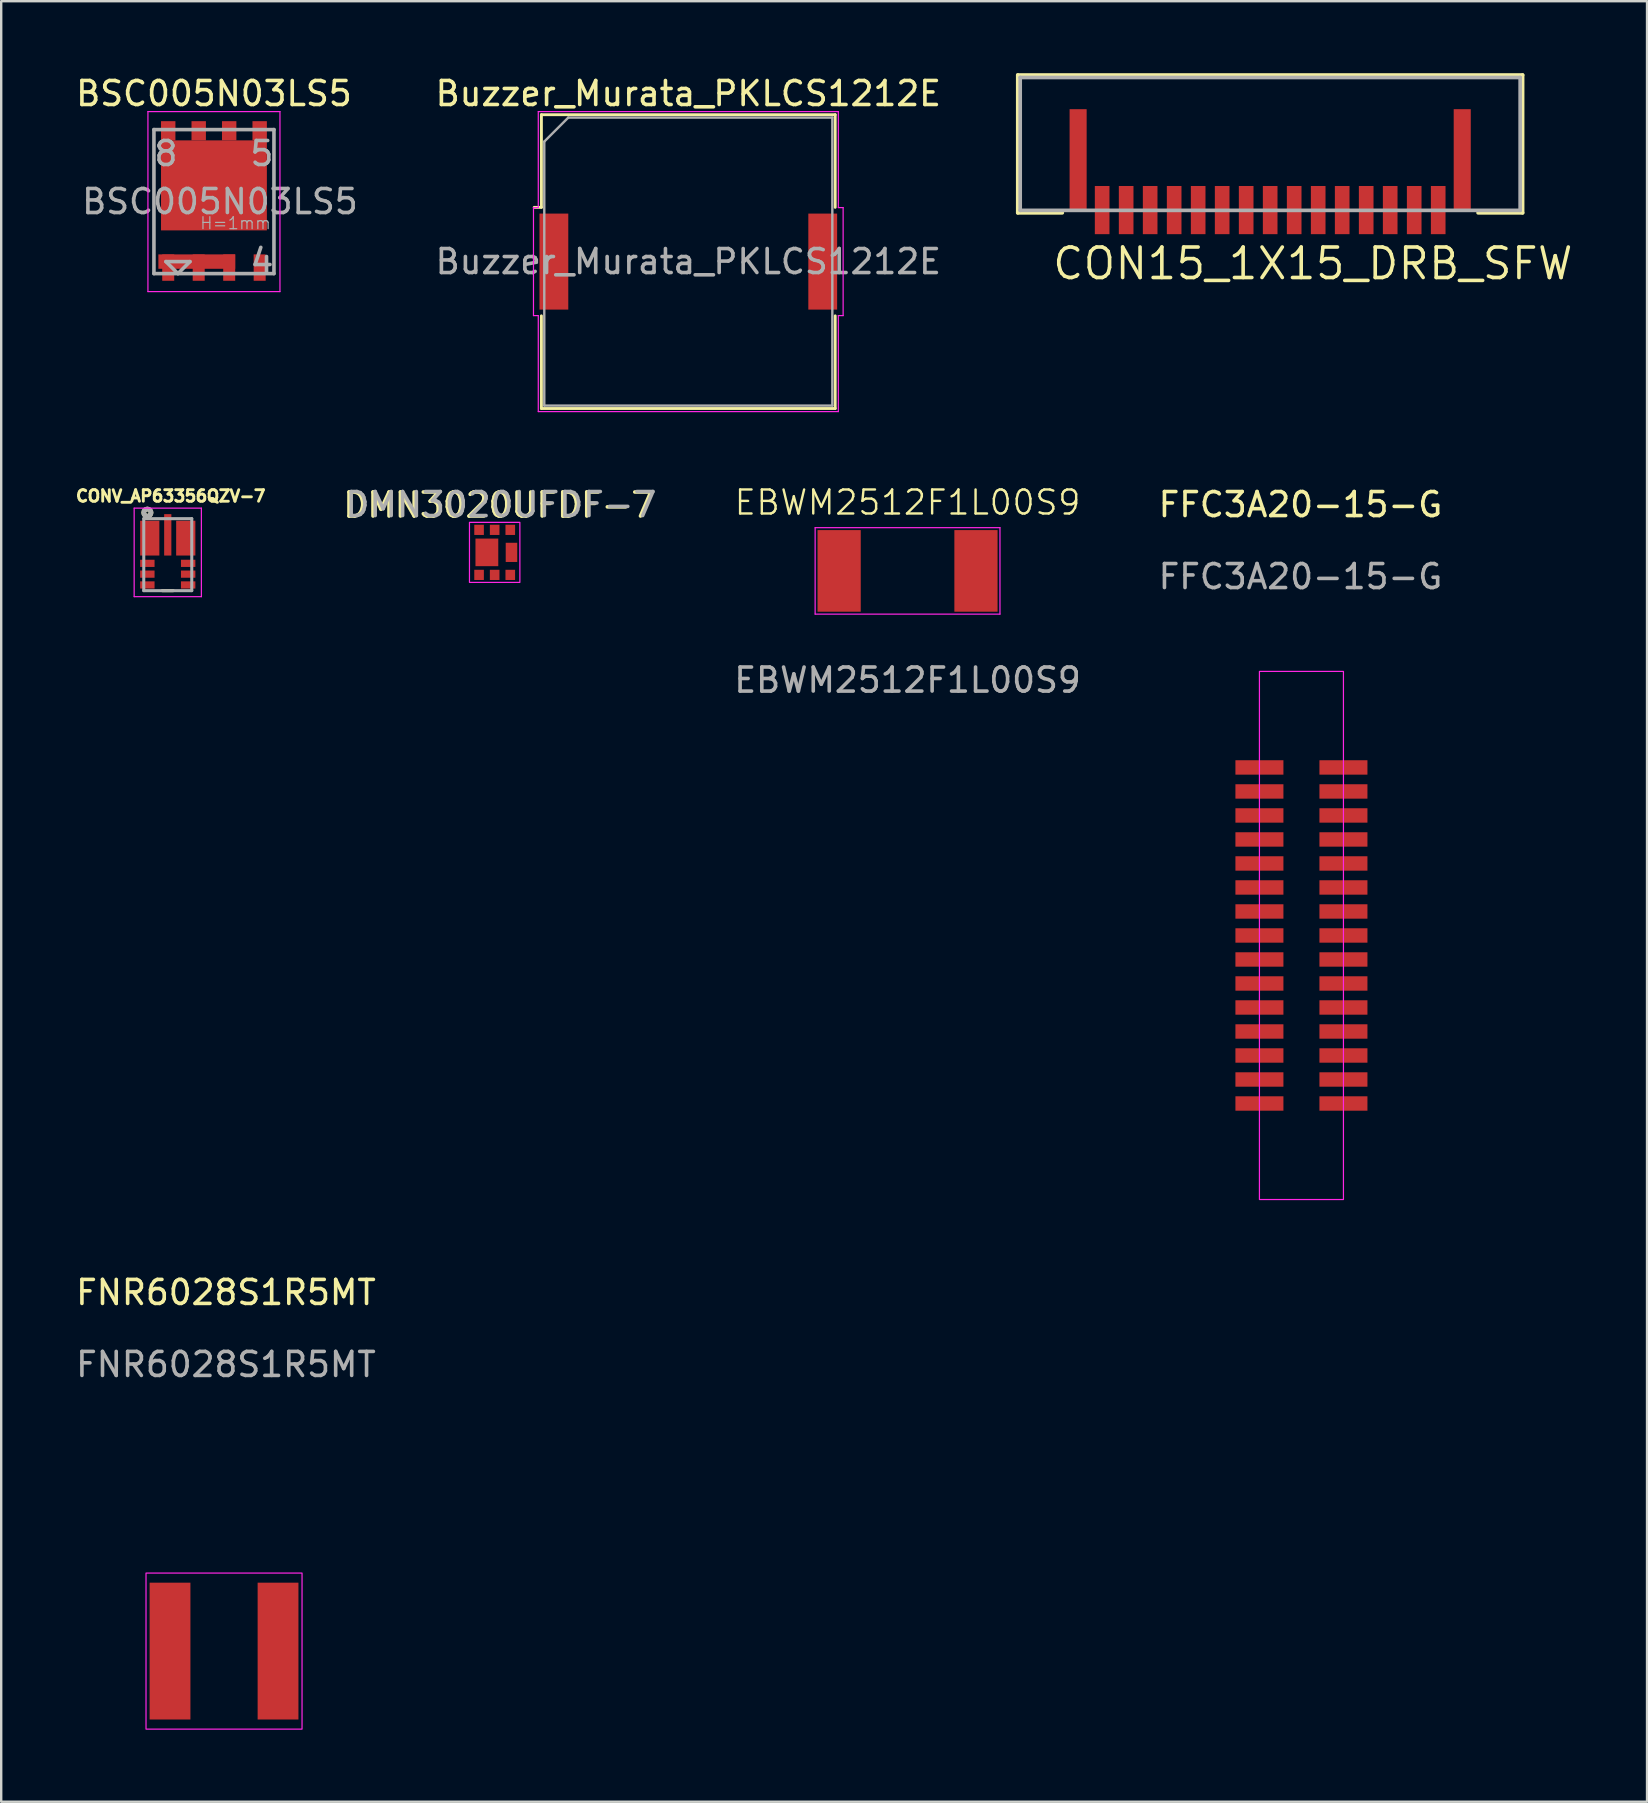
<source format=kicad_pcb>
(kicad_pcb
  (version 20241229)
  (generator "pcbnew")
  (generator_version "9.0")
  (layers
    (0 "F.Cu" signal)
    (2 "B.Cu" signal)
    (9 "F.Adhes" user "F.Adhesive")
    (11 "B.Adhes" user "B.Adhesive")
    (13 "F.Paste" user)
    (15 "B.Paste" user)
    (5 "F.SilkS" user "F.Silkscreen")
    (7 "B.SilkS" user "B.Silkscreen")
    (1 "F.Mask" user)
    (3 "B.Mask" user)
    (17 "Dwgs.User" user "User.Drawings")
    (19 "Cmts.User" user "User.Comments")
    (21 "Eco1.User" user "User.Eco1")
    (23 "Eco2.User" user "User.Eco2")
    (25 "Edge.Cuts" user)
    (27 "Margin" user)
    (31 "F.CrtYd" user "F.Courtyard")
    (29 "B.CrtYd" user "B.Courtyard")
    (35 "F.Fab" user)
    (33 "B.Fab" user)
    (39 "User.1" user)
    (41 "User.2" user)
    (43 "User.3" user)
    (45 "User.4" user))
  (footprint "DMN3020UFDF-7"
    (layer "F.Cu")
    (at 17.558 19.962)
    (property "Reference" "DMN3020UFDF-7" (at 0.17 -1.97 0) (unlocked yes) (layer "F.SilkS") (effects (font (size 1 1) (thickness 0.15))))
    (attr smd)
    (fp_rect (start -1.05 -1.25) (end 1.05 1.25) (stroke (width 0.05) (type default)) (fill no) (layer "F.CrtYd"))
    (fp_text user "${REFERENCE}" (at 0.26 -1.99 0) (unlocked yes) (layer "F.Fab") (effects (font (size 1 1) (thickness 0.15))))
    (pad "" smd rect (at -0.562 -0.287) (size 0.375 0.475) (layers "F.Paste"))
    (pad "" smd rect (at -0.562 0.287) (size 0.375 0.475) (layers "F.Paste"))
    (pad "" smd rect (at -0.087 -0.287) (size 0.375 0.475) (layers "F.Paste"))
    (pad "" smd rect (at -0.087 0.287) (size 0.375 0.475) (layers "F.Paste"))
    (pad "1" smd rect (at -0.65 -0.938) (size 0.4 0.425) (layers "F.Cu" "F.Mask" "F.Paste"))
    (pad "1" smd rect (at -0.65 0.938) (size 0.4 0.425) (layers "F.Cu" "F.Mask" "F.Paste"))
    (pad "1" smd rect (at -0.325 0) (size 0.95 1.15) (layers "F.Cu" "F.Mask"))
    (pad "1" smd rect (at 0 -0.938) (size 0.4 0.425) (layers "F.Cu" "F.Mask" "F.Paste"))
    (pad "1" smd rect (at 0 0.938) (size 0.4 0.425) (layers "F.Cu" "F.Mask" "F.Paste"))
    (pad "2" smd rect (at 0.65 0.938) (size 0.4 0.425) (layers "F.Cu" "F.Mask" "F.Paste"))
    (pad "3" smd rect (at 0.65 -0.938) (size 0.4 0.425) (layers "F.Cu" "F.Mask" "F.Paste"))
    (pad "3" smd rect (at 0.7 0) (size 0.48 0.8) (layers "F.Cu" "F.Mask" "F.Paste")))
  (footprint "CON15_1X15_DRB_SFW"
    (layer "F.Cu")
    (at 49.866 8.458)
    (property "Reference" "CON15_1X15_DRB_SFW" (at 12.7 -1.27 0) (layer "F.SilkS") (effects (font (size 1.27 1.27) (thickness 0.15)) (justify right top)))
    (attr through_hole)
    (fp_line (start -10.516 -8.382) (end -10.516 -2.642) (stroke (width 0.152) (type solid)) (layer "F.SilkS"))
    (fp_line (start -10.516 -2.642) (end -8.661 -2.642) (stroke (width 0.152) (type solid)) (layer "F.SilkS"))
    (fp_line (start 8.661 -2.642) (end 10.516 -2.642) (stroke (width 0.152) (type solid)) (layer "F.SilkS"))
    (fp_line (start 10.516 -8.382) (end -10.516 -8.382) (stroke (width 0.152) (type solid)) (layer "F.SilkS"))
    (fp_line (start 10.516 -2.642) (end 10.516 -8.382) (stroke (width 0.152) (type solid)) (layer "F.SilkS"))
    (fp_line (start -10.414 -8.28) (end -10.414 -2.743) (stroke (width 0.152) (type solid)) (layer "F.Fab"))
    (fp_line (start -10.414 -2.743) (end 10.414 -2.743) (stroke (width 0.152) (type solid)) (layer "F.Fab"))
    (fp_line (start 10.414 -8.28) (end -10.414 -8.28) (stroke (width 0.152) (type solid)) (layer "F.Fab"))
    (fp_line (start 10.414 -2.743) (end 10.414 -8.28) (stroke (width 0.152) (type solid)) (layer "F.Fab"))
    (pad "1" smd rect (at -7 -2.756 270) (size 2.007 0.61) (layers "F.Cu" "F.Mask" "F.Paste"))
    (pad "2" smd rect (at -6 -2.756 270) (size 2.007 0.61) (layers "F.Cu" "F.Mask" "F.Paste"))
    (pad "3" smd rect (at -5 -2.756 270) (size 2.007 0.61) (layers "F.Cu" "F.Mask" "F.Paste"))
    (pad "4" smd rect (at -4 -2.756 270) (size 2.007 0.61) (layers "F.Cu" "F.Mask" "F.Paste"))
    (pad "5" smd rect (at -3 -2.756 270) (size 2.007 0.61) (layers "F.Cu" "F.Mask" "F.Paste"))
    (pad "6" smd rect (at -2 -2.756 270) (size 2.007 0.61) (layers "F.Cu" "F.Mask" "F.Paste"))
    (pad "7" smd rect (at -1 -2.756 270) (size 2.007 0.61) (layers "F.Cu" "F.Mask" "F.Paste"))
    (pad "8" smd rect (at 0 -2.756 270) (size 2.007 0.61) (layers "F.Cu" "F.Mask" "F.Paste"))
    (pad "9" smd rect (at 1 -2.756 270) (size 2.007 0.61) (layers "F.Cu" "F.Mask" "F.Paste"))
    (pad "10" smd rect (at 2 -2.756 270) (size 2.007 0.61) (layers "F.Cu" "F.Mask" "F.Paste"))
    (pad "11" smd rect (at 3 -2.756 270) (size 2.007 0.61) (layers "F.Cu" "F.Mask" "F.Paste"))
    (pad "12" smd rect (at 4 -2.756 270) (size 2.007 0.61) (layers "F.Cu" "F.Mask" "F.Paste"))
    (pad "13" smd rect (at 5 -2.756 270) (size 2.007 0.61) (layers "F.Cu" "F.Mask" "F.Paste"))
    (pad "14" smd rect (at 6 -2.756 270) (size 2.007 0.61) (layers "F.Cu" "F.Mask" "F.Paste"))
    (pad "15" smd rect (at 7 -2.756 270) (size 2.007 0.61) (layers "F.Cu" "F.Mask" "F.Paste"))
    (pad "16" smd rect (at -8.001 -4.864) (size 0.711 4.191) (layers "F.Cu" "F.Mask" "F.Paste"))
    (pad "17" smd rect (at 8.001 -4.864) (size 0.711 4.191) (layers "F.Cu" "F.Mask" "F.Paste")))
  (footprint "FNR6028S1R5MT"
    (layer "F.Cu")
    (at 6.283 65.735)
    (property "Reference" "FNR6028S1R5MT" (at 0.08 -14.94 0) (unlocked yes) (layer "F.SilkS") (effects (font (size 1 1) (thickness 0.15))))
    (attr smd)
    (fp_rect (start -3.25 -3.25) (end 3.25 3.25) (stroke (width 0.05) (type default)) (fill no) (layer "F.CrtYd"))
    (fp_text user "${REFERENCE}" (at 0.08 -11.94 0) (unlocked yes) (layer "F.Fab") (effects (font (size 1 1) (thickness 0.15))))
    (pad "1" smd rect (at -2.25 0) (size 1.7 5.7) (layers "F.Cu" "F.Mask" "F.Paste"))
    (pad "2" smd rect (at 2.25 0) (size 1.7 5.7) (layers "F.Cu" "F.Mask" "F.Paste")))
  (footprint "EBWM2512F1L00S9"
    (layer "F.Cu")
    (at 34.759 20.734)
    (property "Reference" "EBWM2512F1L00S9" (at 0 -2.85 0) (unlocked yes) (layer "F.SilkS") (effects (font (size 1 1) (thickness 0.1))))
    (attr smd)
    (fp_line (start -3.85 -1.8) (end -3.85 1.8) (stroke (width 0.05) (type default)) (layer "F.CrtYd"))
    (fp_line (start -3.85 1.8) (end 3.85 1.8) (stroke (width 0.05) (type default)) (layer "F.CrtYd"))
    (fp_line (start 3.85 -1.8) (end -3.85 -1.8) (stroke (width 0.05) (type default)) (layer "F.CrtYd"))
    (fp_line (start 3.85 -1.8) (end 3.85 1.8) (stroke (width 0.05) (type default)) (layer "F.CrtYd"))
    (fp_text user "${REFERENCE}" (at 0 4.55 0) (unlocked yes) (layer "F.Fab") (effects (font (size 1 1) (thickness 0.15))))
    (pad "1" smd rect (at -2.85 0) (size 1.8 3.4) (layers "F.Cu" "F.Mask" "F.Paste"))
    (pad "2" smd rect (at 2.85 0) (size 1.8 3.4) (layers "F.Cu" "F.Mask" "F.Paste")))
  (footprint "FFC3A20-15-G"
    (layer "F.Cu")
    (at 51.168 35.922)
    (property "Reference" "FFC3A20-15-G" (at -0.04 -17.95 0) (unlocked yes) (layer "F.SilkS") (effects (font (size 1 1) (thickness 0.15))))
    (attr smd)
    (fp_rect (start -1.75 -11) (end 1.75 11) (stroke (width 0.05) (type default)) (fill no) (layer "F.CrtYd"))
    (fp_text user "${REFERENCE}" (at -0.04 -14.95 0) (unlocked yes) (layer "F.Fab") (effects (font (size 1 1) (thickness 0.15))))
    (pad "1" smd rect (at -1.75 -7) (size 2 0.6) (layers "F.Cu" "F.Mask" "F.Paste"))
    (pad "1" smd rect (at 1.75 -7) (size 2 0.6) (layers "F.Cu" "F.Mask" "F.Paste"))
    (pad "2" smd rect (at -1.75 -6) (size 2 0.6) (layers "F.Cu" "F.Mask" "F.Paste"))
    (pad "2" smd rect (at 1.75 -6) (size 2 0.6) (layers "F.Cu" "F.Mask" "F.Paste"))
    (pad "3" smd rect (at -1.75 -5) (size 2 0.6) (layers "F.Cu" "F.Mask" "F.Paste"))
    (pad "3" smd rect (at 1.75 -5) (size 2 0.6) (layers "F.Cu" "F.Mask" "F.Paste"))
    (pad "4" smd rect (at -1.75 -4) (size 2 0.6) (layers "F.Cu" "F.Mask" "F.Paste"))
    (pad "4" smd rect (at 1.75 -4) (size 2 0.6) (layers "F.Cu" "F.Mask" "F.Paste"))
    (pad "5" smd rect (at -1.75 -3) (size 2 0.6) (layers "F.Cu" "F.Mask" "F.Paste"))
    (pad "5" smd rect (at 1.75 -3) (size 2 0.6) (layers "F.Cu" "F.Mask" "F.Paste"))
    (pad "6" smd rect (at -1.75 -2) (size 2 0.6) (layers "F.Cu" "F.Mask" "F.Paste"))
    (pad "6" smd rect (at 1.75 -2) (size 2 0.6) (layers "F.Cu" "F.Mask" "F.Paste"))
    (pad "7" smd rect (at -1.75 -1) (size 2 0.6) (layers "F.Cu" "F.Mask" "F.Paste"))
    (pad "7" smd rect (at 1.75 -1) (size 2 0.6) (layers "F.Cu" "F.Mask" "F.Paste"))
    (pad "8" smd rect (at -1.75 0) (size 2 0.6) (layers "F.Cu" "F.Mask" "F.Paste"))
    (pad "8" smd rect (at 1.75 0) (size 2 0.6) (layers "F.Cu" "F.Mask" "F.Paste"))
    (pad "9" smd rect (at -1.75 1) (size 2 0.6) (layers "F.Cu" "F.Mask" "F.Paste"))
    (pad "9" smd rect (at 1.75 1) (size 2 0.6) (layers "F.Cu" "F.Mask" "F.Paste"))
    (pad "10" smd rect (at -1.75 2) (size 2 0.6) (layers "F.Cu" "F.Mask" "F.Paste"))
    (pad "10" smd rect (at 1.75 2) (size 2 0.6) (layers "F.Cu" "F.Mask" "F.Paste"))
    (pad "11" smd rect (at -1.75 3) (size 2 0.6) (layers "F.Cu" "F.Mask" "F.Paste"))
    (pad "11" smd rect (at 1.75 3) (size 2 0.6) (layers "F.Cu" "F.Mask" "F.Paste"))
    (pad "12" smd rect (at -1.75 4) (size 2 0.6) (layers "F.Cu" "F.Mask" "F.Paste"))
    (pad "12" smd rect (at 1.75 4) (size 2 0.6) (layers "F.Cu" "F.Mask" "F.Paste"))
    (pad "13" smd rect (at -1.75 5) (size 2 0.6) (layers "F.Cu" "F.Mask" "F.Paste"))
    (pad "13" smd rect (at 1.75 5) (size 2 0.6) (layers "F.Cu" "F.Mask" "F.Paste"))
    (pad "14" smd rect (at -1.75 6) (size 2 0.6) (layers "F.Cu" "F.Mask" "F.Paste"))
    (pad "14" smd rect (at 1.75 6) (size 2 0.6) (layers "F.Cu" "F.Mask" "F.Paste"))
    (pad "15" smd rect (at -1.75 7) (size 2 0.6) (layers "F.Cu" "F.Mask" "F.Paste"))
    (pad "15" smd rect (at 1.75 7) (size 2 0.6) (layers "F.Cu" "F.Mask" "F.Paste")))
  (footprint "BSC005N03LS5"
    (layer "F.Cu")
    (at 5.863 5.348)
    (property "Reference" "BSC005N03LS5" (at 0 -4.5 0) (layer "F.SilkS") (effects (font (size 1 1) (thickness 0.15))))
    (attr smd)
    (fp_line (start -2.75 3.75) (end -2.75 -3.75) (stroke (width 0.05) (type solid)) (layer "F.CrtYd"))
    (fp_line (start 2.75 -3.75) (end -2.75 -3.75) (stroke (width 0.05) (type solid)) (layer "F.CrtYd"))
    (fp_line (start 2.75 -3.75) (end 2.75 3.75) (stroke (width 0.05) (type solid)) (layer "F.CrtYd"))
    (fp_line (start 2.75 3.75) (end -2.75 3.75) (stroke (width 0.05) (type solid)) (layer "F.CrtYd"))
    (fp_line (start -2.5 -3) (end -2.5 3) (stroke (width 0.15) (type solid)) (layer "F.Fab"))
    (fp_line (start -2.5 3) (end 2.5 3) (stroke (width 0.15) (type solid)) (layer "F.Fab"))
    (fp_line (start -2 2.5) (end -1.5 3) (stroke (width 0.15) (type solid)) (layer "F.Fab"))
    (fp_line (start -1.5 3) (end -1 2.5) (stroke (width 0.15) (type solid)) (layer "F.Fab"))
    (fp_line (start -1 2.5) (end -2 2.5) (stroke (width 0.15) (type solid)) (layer "F.Fab"))
    (fp_line (start 2.5 -3) (end -2.5 -3) (stroke (width 0.15) (type solid)) (layer "F.Fab"))
    (fp_line (start 2.5 3) (end 2.5 -3) (stroke (width 0.15) (type solid)) (layer "F.Fab"))
    (fp_text user "8" (at -2 -2 0) (layer "F.Fab") (effects (font (size 1 1) (thickness 0.15))))
    (fp_text user "${REFERENCE}" (at 0.25 0 0) (layer "F.Fab") (effects (font (size 1 1) (thickness 0.15))))
    (fp_text user "5" (at 2 -2 0) (layer "F.Fab") (effects (font (size 1 1) (thickness 0.15))))
    (fp_text user "H=1mm" (at 0.9 0.9 0) (layer "F.Fab") (effects (font (size 0.5 0.5) (thickness 0.05))))
    (fp_text user "4" (at 2 2.5 0) (layer "F.Fab") (effects (font (size 1 1) (thickness 0.15))))
    (pad "1" smd rect (at -1.905 -2.95) (size 0.6 0.8) (layers "F.Cu" "F.Mask" "F.Paste"))
    (pad "1" smd rect (at -0.635 -2.95) (size 0.6 0.8) (layers "F.Cu" "F.Mask" "F.Paste"))
    (pad "1" smd rect (at 0 -0.675) (size 4.41 3.75) (layers "F.Cu" "F.Mask" "F.Paste"))
    (pad "1" smd rect (at 0.635 -2.95) (size 0.6 0.8) (layers "F.Cu" "F.Mask" "F.Paste"))
    (pad "1" smd rect (at 1.905 -2.95) (size 0.6 0.8) (layers "F.Cu" "F.Mask" "F.Paste"))
    (pad "2" smd rect (at 1.905 2.75) (size 0.5 1.1) (layers "F.Cu" "F.Mask" "F.Paste"))
    (pad "3" smd rect (at -1.905 2.75) (size 0.5 1.1) (layers "F.Cu" "F.Mask" "F.Paste"))
    (pad "3" smd rect (at -0.715 2.5) (size 3.2 0.6) (layers "F.Cu" "F.Mask" "F.Paste"))
    (pad "3" smd rect (at -0.635 2.75) (size 0.5 1.1) (layers "F.Cu" "F.Mask" "F.Paste"))
    (pad "3" smd rect (at 0.635 2.75) (size 0.5 1.1) (layers "F.Cu" "F.Mask" "F.Paste")))
  (footprint "Buzzer_Murata_PKLCS1212E"
    (layer "F.Cu")
    (at 25.625 7.848)
    (property "Reference" "Buzzer_Murata_PKLCS1212E" (at 0 -7 0) (layer "F.SilkS") (effects (font (size 1 1) (thickness 0.15))))
    (attr smd)
    (fp_line (start -6.12 -6.12) (end 6.12 -6.12) (stroke (width 0.12) (type solid)) (layer "F.SilkS"))
    (fp_line (start -6.12 -2.26) (end -6.42 -2.26) (stroke (width 0.12) (type solid)) (layer "F.SilkS"))
    (fp_line (start -6.12 -2.26) (end -6.12 -6.12) (stroke (width 0.12) (type solid)) (layer "F.SilkS"))
    (fp_line (start -6.12 6.12) (end -6.12 2.26) (stroke (width 0.12) (type solid)) (layer "F.SilkS"))
    (fp_line (start 6.12 -6.12) (end 6.12 -2.26) (stroke (width 0.12) (type solid)) (layer "F.SilkS"))
    (fp_line (start 6.12 2.26) (end 6.12 6.12) (stroke (width 0.12) (type solid)) (layer "F.SilkS"))
    (fp_line (start 6.12 6.12) (end -6.12 6.12) (stroke (width 0.12) (type solid)) (layer "F.SilkS"))
    (fp_line (start -6.45 2.25) (end -6.45 -2.25) (stroke (width 0.05) (type solid)) (layer "F.CrtYd"))
    (fp_line (start -6.25 -6.25) (end 6.25 -6.25) (stroke (width 0.05) (type solid)) (layer "F.CrtYd"))
    (fp_line (start -6.25 -2.25) (end -6.45 -2.25) (stroke (width 0.05) (type solid)) (layer "F.CrtYd"))
    (fp_line (start -6.25 -2.25) (end -6.25 -6.25) (stroke (width 0.05) (type solid)) (layer "F.CrtYd"))
    (fp_line (start -6.25 2.25) (end -6.45 2.25) (stroke (width 0.05) (type solid)) (layer "F.CrtYd"))
    (fp_line (start -6.25 6.25) (end -6.25 2.25) (stroke (width 0.05) (type solid)) (layer "F.CrtYd"))
    (fp_line (start 6.25 -2.25) (end 6.25 -6.25) (stroke (width 0.05) (type solid)) (layer "F.CrtYd"))
    (fp_line (start 6.25 -2.25) (end 6.45 -2.25) (stroke (width 0.05) (type solid)) (layer "F.CrtYd"))
    (fp_line (start 6.25 2.25) (end 6.45 2.25) (stroke (width 0.05) (type solid)) (layer "F.CrtYd"))
    (fp_line (start 6.25 6.25) (end -6.25 6.25) (stroke (width 0.05) (type solid)) (layer "F.CrtYd"))
    (fp_line (start 6.25 6.25) (end 6.25 2.25) (stroke (width 0.05) (type solid)) (layer "F.CrtYd"))
    (fp_line (start 6.45 2.25) (end 6.45 -2.25) (stroke (width 0.05) (type solid)) (layer "F.CrtYd"))
    (fp_line (start -6 -5) (end -5 -6) (stroke (width 0.1) (type solid)) (layer "F.Fab"))
    (fp_line (start -6 6) (end -6 -5) (stroke (width 0.1) (type solid)) (layer "F.Fab"))
    (fp_line (start -5 -6) (end 6 -6) (stroke (width 0.1) (type solid)) (layer "F.Fab"))
    (fp_line (start 6 -6) (end 6 6) (stroke (width 0.1) (type solid)) (layer "F.Fab"))
    (fp_line (start 6 6) (end -6 6) (stroke (width 0.1) (type solid)) (layer "F.Fab"))
    (fp_text user "${REFERENCE}" (at 0 0 0) (layer "F.Fab") (effects (font (size 1 1) (thickness 0.15))))
    (pad "1" smd rect (at -5.6 0) (size 1.2 4) (layers "F.Cu" "F.Mask" "F.Paste"))
    (pad "2" smd rect (at 5.6 0) (size 1.2 4) (layers "F.Cu" "F.Mask" "F.Paste")))
  (footprint "CONV_AP63356QZV-7"
    (layer "F.Cu")
    (at 3.939 20.057)
    (property "Reference" "CONV_AP63356QZV-7" (at 0.124 -2.442 0) (layer "F.SilkS") (effects (font (size 0.48 0.48) (thickness 0.15))))
    (attr smd)
    (fp_poly (pts (xy -1.2 -1.462) (xy -0.3 -1.462) (xy -0.3 0.087) (xy -1.2 0.087)) (stroke (width 0.01) (type solid)) (fill yes) (layer "F.Mask"))
    (fp_poly (pts (xy -1.2 0.163) (xy -0.5 0.163) (xy -0.5 0.562) (xy -1.2 0.562)) (stroke (width 0.01) (type solid)) (fill yes) (layer "F.Mask"))
    (fp_poly (pts (xy -1.2 0.613) (xy -0.5 0.613) (xy -0.5 1.012) (xy -1.2 1.012)) (stroke (width 0.01) (type solid)) (fill yes) (layer "F.Mask"))
    (fp_poly (pts (xy -1.2 1.062) (xy -0.5 1.062) (xy -0.5 1.462) (xy -1.2 1.462)) (stroke (width 0.01) (type solid)) (fill yes) (layer "F.Mask"))
    (fp_poly (pts (xy -0.2 -1.738) (xy 0.2 -1.738) (xy 0.2 0.087) (xy -0.2 0.087)) (stroke (width 0.01) (type solid)) (fill yes) (layer "F.Mask"))
    (fp_poly (pts (xy 0.3 -1.462) (xy 1.2 -1.462) (xy 1.2 0.087) (xy 0.3 0.087)) (stroke (width 0.01) (type solid)) (fill yes) (layer "F.Mask"))
    (fp_poly (pts (xy 0.5 0.163) (xy 1.2 0.163) (xy 1.2 0.562) (xy 0.5 0.562)) (stroke (width 0.01) (type solid)) (fill yes) (layer "F.Mask"))
    (fp_poly (pts (xy 0.5 0.613) (xy 1.2 0.613) (xy 1.2 1.012) (xy 0.5 1.012)) (stroke (width 0.01) (type solid)) (fill yes) (layer "F.Mask"))
    (fp_poly (pts (xy 0.5 1.062) (xy 1.2 1.062) (xy 1.2 1.462) (xy 0.5 1.462)) (stroke (width 0.01) (type solid)) (fill yes) (layer "F.Mask"))
    (fp_line (start -0.23 1.5) (end 0.23 1.5) (stroke (width 0.127) (type solid)) (layer "F.SilkS"))
    (fp_circle (center -0.85 -1.75) (end -0.8 -1.75) (stroke (width 0.2) (type solid)) (fill no) (layer "F.SilkS"))
    (fp_line (start -1.4 -1.938) (end -1.4 1.75) (stroke (width 0.05) (type solid)) (layer "F.CrtYd"))
    (fp_line (start -1.4 1.75) (end 1.4 1.75) (stroke (width 0.05) (type solid)) (layer "F.CrtYd"))
    (fp_line (start 1.4 -1.938) (end -1.4 -1.938) (stroke (width 0.05) (type solid)) (layer "F.CrtYd"))
    (fp_line (start 1.4 1.75) (end 1.4 -1.938) (stroke (width 0.05) (type solid)) (layer "F.CrtYd"))
    (fp_line (start -1 -1.5) (end -1 1.5) (stroke (width 0.127) (type solid)) (layer "F.Fab"))
    (fp_line (start -1 1.5) (end 1 1.5) (stroke (width 0.127) (type solid)) (layer "F.Fab"))
    (fp_line (start 1 -1.5) (end -1 -1.5) (stroke (width 0.127) (type solid)) (layer "F.Fab"))
    (fp_line (start 1 1.5) (end 1 -1.5) (stroke (width 0.127) (type solid)) (layer "F.Fab"))
    (fp_circle (center -0.85 -1.75) (end -0.8 -1.762) (stroke (width 0.2) (type solid)) (fill no) (layer "F.Fab"))
    (pad "1" smd rect (at -0.75 -0.688) (size 0.8 1.45) (layers "F.Cu" "F.Paste"))
    (pad "2" smd rect (at -0.85 0.362) (size 0.6 0.3) (layers "F.Cu" "F.Paste"))
    (pad "3" smd rect (at -0.85 0.812) (size 0.6 0.3) (layers "F.Cu" "F.Paste"))
    (pad "4" smd rect (at -0.85 1.262) (size 0.6 0.3) (layers "F.Cu" "F.Paste"))
    (pad "5" smd rect (at 0.85 1.262) (size 0.6 0.3) (layers "F.Cu" "F.Paste"))
    (pad "6" smd rect (at 0.85 0.812) (size 0.6 0.3) (layers "F.Cu" "F.Paste"))
    (pad "7" smd rect (at 0.85 0.362) (size 0.6 0.3) (layers "F.Cu" "F.Paste"))
    (pad "8" smd rect (at 0.75 -0.688) (size 0.8 1.45) (layers "F.Cu" "F.Paste"))
    (pad "9" smd rect (at 0 -0.825) (size 0.3 1.725) (layers "F.Cu" "F.Paste")))
  (gr_rect
    (start -3 -3)
    (end 65.566 72.01)
    (stroke (width 0.1) (type default))
    (fill no)
    (layer "Edge.Cuts")))
</source>
